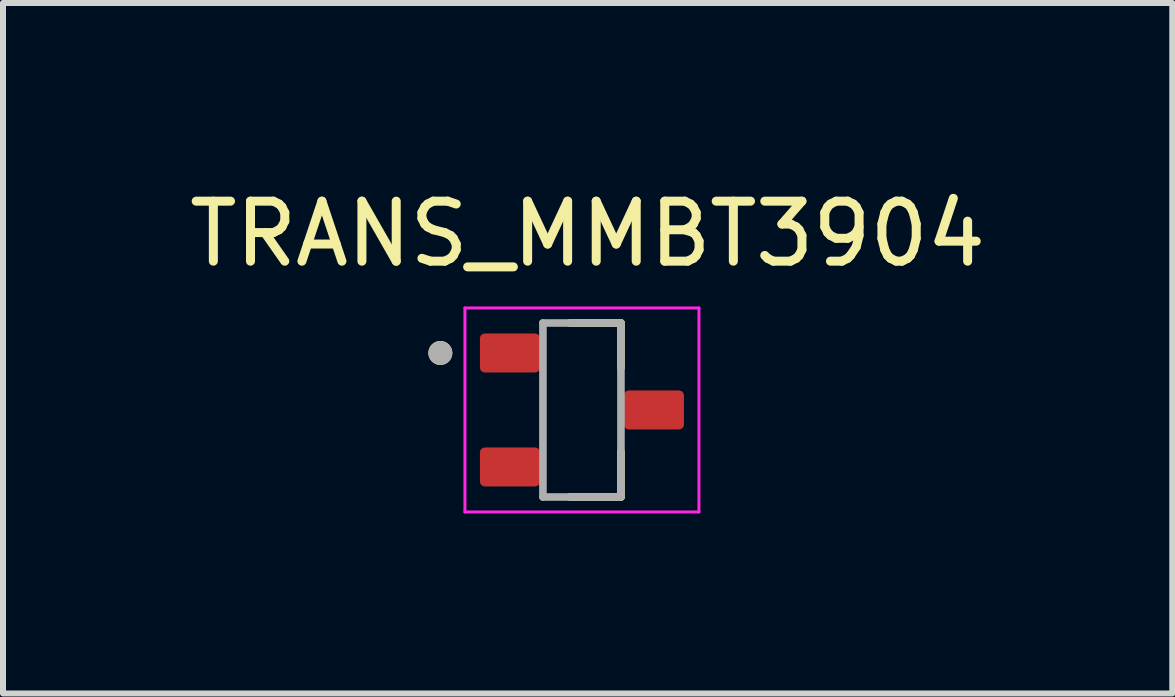
<source format=kicad_pcb>
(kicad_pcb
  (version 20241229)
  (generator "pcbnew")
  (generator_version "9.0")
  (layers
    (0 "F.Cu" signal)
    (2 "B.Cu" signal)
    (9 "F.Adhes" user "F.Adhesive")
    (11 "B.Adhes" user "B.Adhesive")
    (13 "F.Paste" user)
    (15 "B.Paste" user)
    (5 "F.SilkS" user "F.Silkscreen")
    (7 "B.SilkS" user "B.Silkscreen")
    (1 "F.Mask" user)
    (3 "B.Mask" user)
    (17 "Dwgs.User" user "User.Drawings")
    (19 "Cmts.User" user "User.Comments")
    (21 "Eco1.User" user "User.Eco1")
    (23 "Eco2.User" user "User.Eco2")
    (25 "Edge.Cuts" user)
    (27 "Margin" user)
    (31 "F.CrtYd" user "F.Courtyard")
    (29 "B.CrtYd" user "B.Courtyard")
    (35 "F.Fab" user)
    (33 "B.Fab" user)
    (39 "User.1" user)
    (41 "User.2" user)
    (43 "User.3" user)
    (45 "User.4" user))
  (footprint "TRANS_MMBT3904"
    (layer "F.Cu")
    (at 6.649 3.783)
    (property "Reference" "TRANS_MMBT3904" (at 0.095 -2.935 0) (layer "F.SilkS") (effects (font (size 1 1) (thickness 0.15))))
    (attr smd)
    (fp_line (start 0.65 -1.45) (end -0.2 -1.45) (stroke (width 0.127) (type solid)) (layer "F.SilkS"))
    (fp_line (start 0.65 -0.7) (end 0.65 -1.45) (stroke (width 0.127) (type solid)) (layer "F.SilkS"))
    (fp_line (start 0.65 0.7) (end 0.65 1.45) (stroke (width 0.127) (type solid)) (layer "F.SilkS"))
    (fp_line (start 0.65 1.45) (end -0.2 1.45) (stroke (width 0.127) (type solid)) (layer "F.SilkS"))
    (fp_circle (center -2.36 -0.95) (end -2.26 -0.95) (stroke (width 0.2) (type solid)) (fill no) (layer "F.SilkS"))
    (fp_line (start -1.95 -1.7) (end -1.95 1.7) (stroke (width 0.05) (type solid)) (layer "F.CrtYd"))
    (fp_line (start 1.95 -1.7) (end -1.95 -1.7) (stroke (width 0.05) (type solid)) (layer "F.CrtYd"))
    (fp_line (start 1.95 1.7) (end -1.95 1.7) (stroke (width 0.05) (type solid)) (layer "F.CrtYd"))
    (fp_line (start 1.95 1.7) (end 1.95 -1.7) (stroke (width 0.05) (type solid)) (layer "F.CrtYd"))
    (fp_line (start -0.65 -1.45) (end -0.65 1.45) (stroke (width 0.127) (type solid)) (layer "F.Fab"))
    (fp_line (start -0.65 1.45) (end 0.65 1.45) (stroke (width 0.127) (type solid)) (layer "F.Fab"))
    (fp_line (start 0.65 -1.45) (end -0.65 -1.45) (stroke (width 0.127) (type solid)) (layer "F.Fab"))
    (fp_line (start 0.65 1.45) (end 0.65 -1.45) (stroke (width 0.127) (type solid)) (layer "F.Fab"))
    (fp_circle (center -2.36 -0.95) (end -2.26 -0.95) (stroke (width 0.2) (type solid)) (fill no) (layer "F.Fab"))
    (pad "1" smd roundrect (at -1.2 -0.95) (size 1 0.65) (layers "F.Cu" "F.Mask" "F.Paste") (roundrect_rratio 0.125))
    (pad "2" smd roundrect (at -1.2 0.95) (size 1 0.65) (layers "F.Cu" "F.Mask" "F.Paste") (roundrect_rratio 0.125))
    (pad "3" smd roundrect (at 1.2 0) (size 1 0.65) (layers "F.Cu" "F.Mask" "F.Paste") (roundrect_rratio 0.125)))
  (gr_rect
    (start -3 -3)
    (end 16.488 8.508)
    (stroke (width 0.1) (type default))
    (fill no)
    (layer "Edge.Cuts")))
</source>
